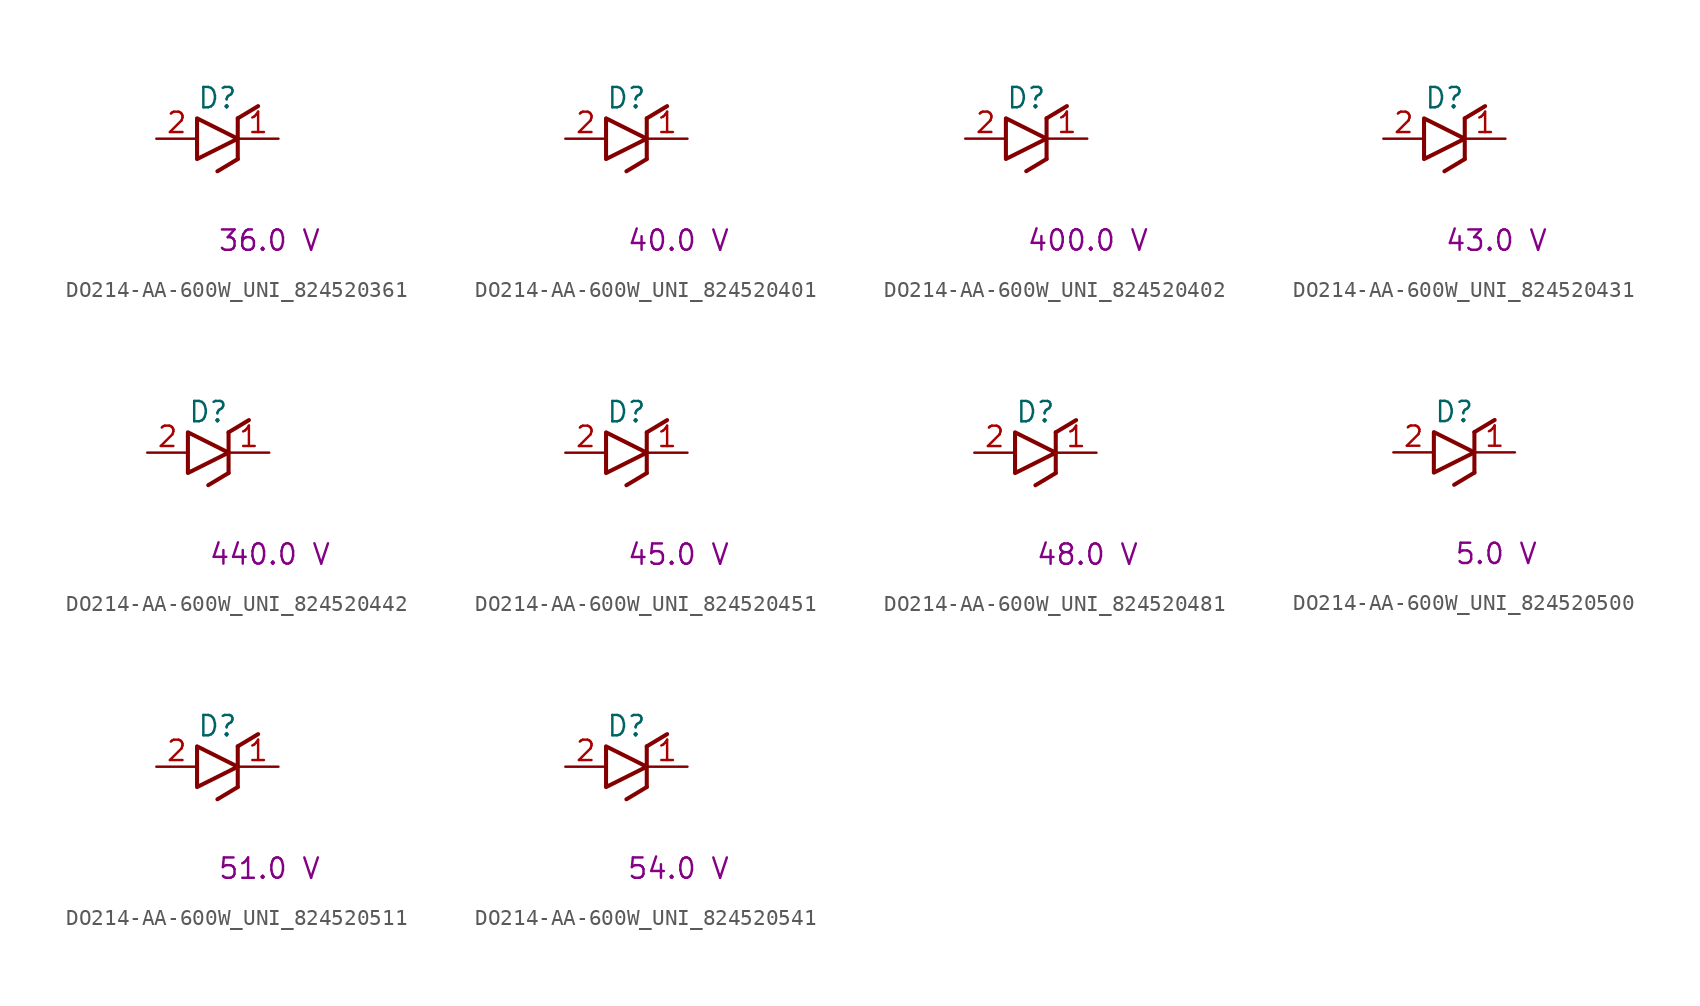
<source format=kicad_sym>
(kicad_symbol_lib
  (version 20220914)
  (generator kicad_symbol_editor)
  (symbol "DO214-AA-600W_UNI_824520361"
    (pin_names hide)
    (property "Reference" "D"
      (at 0 2.54 0)
      (effects (font (size 1.27 1.27))))
    (property "Critical Parameter" "36.0 V"
      (at 0 -6.35 0)
      (effects (font (size 1.27 1.27)) (justify left)))
    (symbol "DO214-AA-600W_UNI_824520361_1_1"
      (polyline (pts (xy 1.27 -1.27) (xy 0 -2.032)) (stroke (width 0.254) (type default)) (fill (type none)))
      (polyline (pts (xy 1.27 1.27) (xy 1.27 -1.27)) (stroke (width 0.254) (type default)) (fill (type none)))
      (polyline (pts (xy 1.27 1.27) (xy 2.54 2.032)) (stroke (width 0.254) (type default)) (fill (type none)))
      (polyline (pts (xy -1.27 1.27) (xy -1.27 -1.27) (xy 1.27 0) (xy -1.27 1.27)) (stroke (width 0.254) (type default)) (fill (type none)))
      (pin passive line (at -3.81 0 0) (length 2.54) (name "Anode" (effects (font (size 1.27 1.27)))) (number "2" (effects (font (size 1.27 1.27)))))
      (pin passive line (at 3.81 0 180) (length 2.54) (name "Cathode" (effects (font (size 1.27 1.27)))) (number "1" (effects (font (size 1.27 1.27)))))))
  (symbol "DO214-AA-600W_UNI_824520401"
    (pin_names hide)
    (property "Reference" "D"
      (at 0 2.54 0)
      (effects (font (size 1.27 1.27))))
    (property "Critical Parameter" "40.0 V"
      (at 0 -6.35 0)
      (effects (font (size 1.27 1.27)) (justify left)))
    (symbol "DO214-AA-600W_UNI_824520401_1_1"
      (polyline (pts (xy 1.27 -1.27) (xy 0 -2.032)) (stroke (width 0.254) (type default)) (fill (type none)))
      (polyline (pts (xy 1.27 1.27) (xy 1.27 -1.27)) (stroke (width 0.254) (type default)) (fill (type none)))
      (polyline (pts (xy 1.27 1.27) (xy 2.54 2.032)) (stroke (width 0.254) (type default)) (fill (type none)))
      (polyline (pts (xy -1.27 1.27) (xy -1.27 -1.27) (xy 1.27 0) (xy -1.27 1.27)) (stroke (width 0.254) (type default)) (fill (type none)))
      (pin passive line (at -3.81 0 0) (length 2.54) (name "Anode" (effects (font (size 1.27 1.27)))) (number "2" (effects (font (size 1.27 1.27)))))
      (pin passive line (at 3.81 0 180) (length 2.54) (name "Cathode" (effects (font (size 1.27 1.27)))) (number "1" (effects (font (size 1.27 1.27)))))))
  (symbol "DO214-AA-600W_UNI_824520402"
    (pin_names hide)
    (property "Reference" "D"
      (at 0 2.54 0)
      (effects (font (size 1.27 1.27))))
    (property "Critical Parameter" "400.0 V"
      (at 0 -6.35 0)
      (effects (font (size 1.27 1.27)) (justify left)))
    (symbol "DO214-AA-600W_UNI_824520402_1_1"
      (polyline (pts (xy 1.27 -1.27) (xy 0 -2.032)) (stroke (width 0.254) (type default)) (fill (type none)))
      (polyline (pts (xy 1.27 1.27) (xy 1.27 -1.27)) (stroke (width 0.254) (type default)) (fill (type none)))
      (polyline (pts (xy 1.27 1.27) (xy 2.54 2.032)) (stroke (width 0.254) (type default)) (fill (type none)))
      (polyline (pts (xy -1.27 1.27) (xy -1.27 -1.27) (xy 1.27 0) (xy -1.27 1.27)) (stroke (width 0.254) (type default)) (fill (type none)))
      (pin passive line (at -3.81 0 0) (length 2.54) (name "Anode" (effects (font (size 1.27 1.27)))) (number "2" (effects (font (size 1.27 1.27)))))
      (pin passive line (at 3.81 0 180) (length 2.54) (name "Cathode" (effects (font (size 1.27 1.27)))) (number "1" (effects (font (size 1.27 1.27)))))))
  (symbol "DO214-AA-600W_UNI_824520431"
    (pin_names hide)
    (property "Reference" "D"
      (at 0 2.54 0)
      (effects (font (size 1.27 1.27))))
    (property "Critical Parameter" "43.0 V"
      (at 0 -6.35 0)
      (effects (font (size 1.27 1.27)) (justify left)))
    (symbol "DO214-AA-600W_UNI_824520431_1_1"
      (polyline (pts (xy 1.27 -1.27) (xy 0 -2.032)) (stroke (width 0.254) (type default)) (fill (type none)))
      (polyline (pts (xy 1.27 1.27) (xy 1.27 -1.27)) (stroke (width 0.254) (type default)) (fill (type none)))
      (polyline (pts (xy 1.27 1.27) (xy 2.54 2.032)) (stroke (width 0.254) (type default)) (fill (type none)))
      (polyline (pts (xy -1.27 1.27) (xy -1.27 -1.27) (xy 1.27 0) (xy -1.27 1.27)) (stroke (width 0.254) (type default)) (fill (type none)))
      (pin passive line (at -3.81 0 0) (length 2.54) (name "Anode" (effects (font (size 1.27 1.27)))) (number "2" (effects (font (size 1.27 1.27)))))
      (pin passive line (at 3.81 0 180) (length 2.54) (name "Cathode" (effects (font (size 1.27 1.27)))) (number "1" (effects (font (size 1.27 1.27)))))))
  (symbol "DO214-AA-600W_UNI_824520442"
    (pin_names hide)
    (property "Reference" "D"
      (at 0 2.54 0)
      (effects (font (size 1.27 1.27))))
    (property "Critical Parameter" "440.0 V"
      (at 0 -6.35 0)
      (effects (font (size 1.27 1.27)) (justify left)))
    (symbol "DO214-AA-600W_UNI_824520442_1_1"
      (polyline (pts (xy 1.27 -1.27) (xy 0 -2.032)) (stroke (width 0.254) (type default)) (fill (type none)))
      (polyline (pts (xy 1.27 1.27) (xy 1.27 -1.27)) (stroke (width 0.254) (type default)) (fill (type none)))
      (polyline (pts (xy 1.27 1.27) (xy 2.54 2.032)) (stroke (width 0.254) (type default)) (fill (type none)))
      (polyline (pts (xy -1.27 1.27) (xy -1.27 -1.27) (xy 1.27 0) (xy -1.27 1.27)) (stroke (width 0.254) (type default)) (fill (type none)))
      (pin passive line (at -3.81 0 0) (length 2.54) (name "Anode" (effects (font (size 1.27 1.27)))) (number "2" (effects (font (size 1.27 1.27)))))
      (pin passive line (at 3.81 0 180) (length 2.54) (name "Cathode" (effects (font (size 1.27 1.27)))) (number "1" (effects (font (size 1.27 1.27)))))))
  (symbol "DO214-AA-600W_UNI_824520451"
    (pin_names hide)
    (property "Reference" "D"
      (at 0 2.54 0)
      (effects (font (size 1.27 1.27))))
    (property "Critical Parameter" "45.0 V"
      (at 0 -6.35 0)
      (effects (font (size 1.27 1.27)) (justify left)))
    (symbol "DO214-AA-600W_UNI_824520451_1_1"
      (polyline (pts (xy 1.27 -1.27) (xy 0 -2.032)) (stroke (width 0.254) (type default)) (fill (type none)))
      (polyline (pts (xy 1.27 1.27) (xy 1.27 -1.27)) (stroke (width 0.254) (type default)) (fill (type none)))
      (polyline (pts (xy 1.27 1.27) (xy 2.54 2.032)) (stroke (width 0.254) (type default)) (fill (type none)))
      (polyline (pts (xy -1.27 1.27) (xy -1.27 -1.27) (xy 1.27 0) (xy -1.27 1.27)) (stroke (width 0.254) (type default)) (fill (type none)))
      (pin passive line (at -3.81 0 0) (length 2.54) (name "Anode" (effects (font (size 1.27 1.27)))) (number "2" (effects (font (size 1.27 1.27)))))
      (pin passive line (at 3.81 0 180) (length 2.54) (name "Cathode" (effects (font (size 1.27 1.27)))) (number "1" (effects (font (size 1.27 1.27)))))))
  (symbol "DO214-AA-600W_UNI_824520481"
    (pin_names hide)
    (property "Reference" "D"
      (at 0 2.54 0)
      (effects (font (size 1.27 1.27))))
    (property "Critical Parameter" "48.0 V"
      (at 0 -6.35 0)
      (effects (font (size 1.27 1.27)) (justify left)))
    (symbol "DO214-AA-600W_UNI_824520481_1_1"
      (polyline (pts (xy 1.27 -1.27) (xy 0 -2.032)) (stroke (width 0.254) (type default)) (fill (type none)))
      (polyline (pts (xy 1.27 1.27) (xy 1.27 -1.27)) (stroke (width 0.254) (type default)) (fill (type none)))
      (polyline (pts (xy 1.27 1.27) (xy 2.54 2.032)) (stroke (width 0.254) (type default)) (fill (type none)))
      (polyline (pts (xy -1.27 1.27) (xy -1.27 -1.27) (xy 1.27 0) (xy -1.27 1.27)) (stroke (width 0.254) (type default)) (fill (type none)))
      (pin passive line (at -3.81 0 0) (length 2.54) (name "Anode" (effects (font (size 1.27 1.27)))) (number "2" (effects (font (size 1.27 1.27)))))
      (pin passive line (at 3.81 0 180) (length 2.54) (name "Cathode" (effects (font (size 1.27 1.27)))) (number "1" (effects (font (size 1.27 1.27)))))))
  (symbol "DO214-AA-600W_UNI_824520500"
    (pin_names hide)
    (property "Reference" "D"
      (at 0 2.54 0)
      (effects (font (size 1.27 1.27))))
    (property "Critical Parameter" "5.0 V"
      (at 0 -6.35 0)
      (effects (font (size 1.27 1.27)) (justify left)))
    (symbol "DO214-AA-600W_UNI_824520500_1_1"
      (polyline (pts (xy 1.27 -1.27) (xy 0 -2.032)) (stroke (width 0.254) (type default)) (fill (type none)))
      (polyline (pts (xy 1.27 1.27) (xy 1.27 -1.27)) (stroke (width 0.254) (type default)) (fill (type none)))
      (polyline (pts (xy 1.27 1.27) (xy 2.54 2.032)) (stroke (width 0.254) (type default)) (fill (type none)))
      (polyline (pts (xy -1.27 1.27) (xy -1.27 -1.27) (xy 1.27 0) (xy -1.27 1.27)) (stroke (width 0.254) (type default)) (fill (type none)))
      (pin passive line (at -3.81 0 0) (length 2.54) (name "Anode" (effects (font (size 1.27 1.27)))) (number "2" (effects (font (size 1.27 1.27)))))
      (pin passive line (at 3.81 0 180) (length 2.54) (name "Cathode" (effects (font (size 1.27 1.27)))) (number "1" (effects (font (size 1.27 1.27)))))))
  (symbol "DO214-AA-600W_UNI_824520511"
    (pin_names hide)
    (property "Reference" "D"
      (at 0 2.54 0)
      (effects (font (size 1.27 1.27))))
    (property "Critical Parameter" "51.0 V"
      (at 0 -6.35 0)
      (effects (font (size 1.27 1.27)) (justify left)))
    (symbol "DO214-AA-600W_UNI_824520511_1_1"
      (polyline (pts (xy 1.27 -1.27) (xy 0 -2.032)) (stroke (width 0.254) (type default)) (fill (type none)))
      (polyline (pts (xy 1.27 1.27) (xy 1.27 -1.27)) (stroke (width 0.254) (type default)) (fill (type none)))
      (polyline (pts (xy 1.27 1.27) (xy 2.54 2.032)) (stroke (width 0.254) (type default)) (fill (type none)))
      (polyline (pts (xy -1.27 1.27) (xy -1.27 -1.27) (xy 1.27 0) (xy -1.27 1.27)) (stroke (width 0.254) (type default)) (fill (type none)))
      (pin passive line (at -3.81 0 0) (length 2.54) (name "Anode" (effects (font (size 1.27 1.27)))) (number "2" (effects (font (size 1.27 1.27)))))
      (pin passive line (at 3.81 0 180) (length 2.54) (name "Cathode" (effects (font (size 1.27 1.27)))) (number "1" (effects (font (size 1.27 1.27)))))))
  (symbol "DO214-AA-600W_UNI_824520541"
    (pin_names hide)
    (property "Reference" "D"
      (at 0 2.54 0)
      (effects (font (size 1.27 1.27))))
    (property "Critical Parameter" "54.0 V"
      (at 0 -6.35 0)
      (effects (font (size 1.27 1.27)) (justify left)))
    (symbol "DO214-AA-600W_UNI_824520541_1_1"
      (polyline (pts (xy 1.27 -1.27) (xy 0 -2.032)) (stroke (width 0.254) (type default)) (fill (type none)))
      (polyline (pts (xy 1.27 1.27) (xy 1.27 -1.27)) (stroke (width 0.254) (type default)) (fill (type none)))
      (polyline (pts (xy 1.27 1.27) (xy 2.54 2.032)) (stroke (width 0.254) (type default)) (fill (type none)))
      (polyline (pts (xy -1.27 1.27) (xy -1.27 -1.27) (xy 1.27 0) (xy -1.27 1.27)) (stroke (width 0.254) (type default)) (fill (type none)))
      (pin passive line (at -3.81 0 0) (length 2.54) (name "Anode" (effects (font (size 1.27 1.27)))) (number "2" (effects (font (size 1.27 1.27)))))
      (pin passive line (at 3.81 0 180) (length 2.54) (name "Cathode" (effects (font (size 1.27 1.27)))) (number "1" (effects (font (size 1.27 1.27))))))))
</source>
